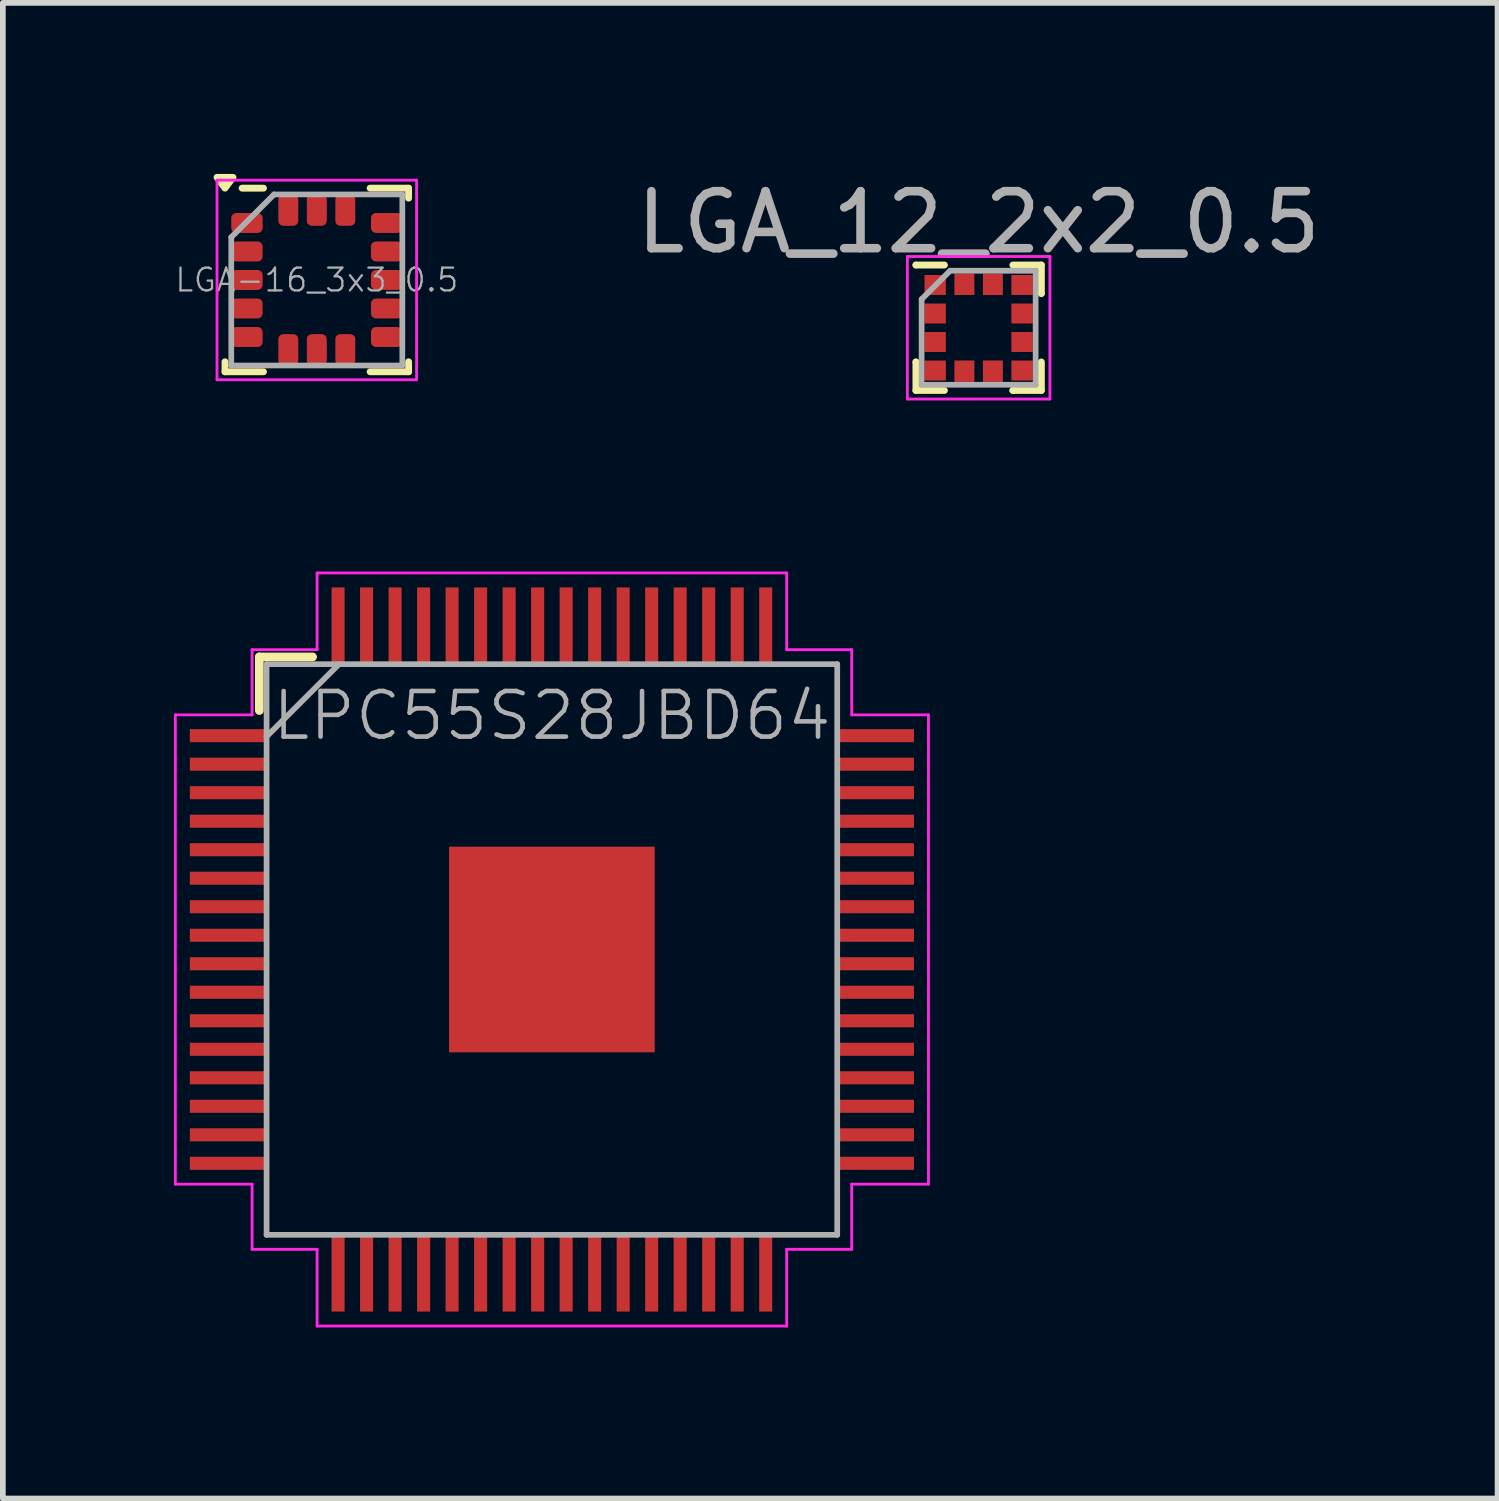
<source format=kicad_pcb>
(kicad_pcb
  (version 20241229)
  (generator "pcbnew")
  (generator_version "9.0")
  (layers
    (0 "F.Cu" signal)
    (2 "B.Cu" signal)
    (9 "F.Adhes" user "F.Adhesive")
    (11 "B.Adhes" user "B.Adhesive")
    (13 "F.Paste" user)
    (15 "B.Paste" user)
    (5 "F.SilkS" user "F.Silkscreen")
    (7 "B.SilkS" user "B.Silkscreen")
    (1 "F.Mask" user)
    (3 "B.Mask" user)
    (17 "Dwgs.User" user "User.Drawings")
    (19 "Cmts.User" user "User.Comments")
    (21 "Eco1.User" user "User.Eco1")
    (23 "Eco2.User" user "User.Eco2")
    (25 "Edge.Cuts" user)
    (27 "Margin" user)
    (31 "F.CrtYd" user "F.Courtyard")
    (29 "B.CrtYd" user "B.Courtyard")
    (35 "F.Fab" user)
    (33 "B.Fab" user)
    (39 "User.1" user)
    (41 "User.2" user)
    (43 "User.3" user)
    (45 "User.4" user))
  (footprint "LGA_12_2x2_0.5"
    (layer "F.Cu")
    (at 14.113 2.698)
    (property "Reference" "LGA_12_2x2_0.5" (at 0 -1.85 0) (layer "F.Fab") (effects (font (size 1 1) (thickness 0.15))))
    (attr smd)
    (fp_line (start -1.1 -1.1) (end -1.1 -1.1) (stroke (width 0.12) (type solid)) (layer "F.SilkS"))
    (fp_line (start -1.1 0.6) (end -1.1 0.6) (stroke (width 0.12) (type solid)) (layer "F.SilkS"))
    (fp_line (start -1.1 1.1) (end -1.1 0.6) (stroke (width 0.12) (type solid)) (layer "F.SilkS"))
    (fp_line (start -0.6 -1.1) (end -1.1 -1.1) (stroke (width 0.12) (type solid)) (layer "F.SilkS"))
    (fp_line (start -0.6 1.1) (end -1.1 1.1) (stroke (width 0.12) (type solid)) (layer "F.SilkS"))
    (fp_line (start 0.6 -1.1) (end 1.1 -1.1) (stroke (width 0.12) (type solid)) (layer "F.SilkS"))
    (fp_line (start 0.6 1.1) (end 0.6 1.1) (stroke (width 0.12) (type solid)) (layer "F.SilkS"))
    (fp_line (start 1.1 -1.1) (end 1.1 -0.6) (stroke (width 0.12) (type solid)) (layer "F.SilkS"))
    (fp_line (start 1.1 -0.6) (end 1.1 -0.6) (stroke (width 0.12) (type solid)) (layer "F.SilkS"))
    (fp_line (start 1.1 0.6) (end 1.1 1.1) (stroke (width 0.12) (type solid)) (layer "F.SilkS"))
    (fp_line (start 1.1 1.1) (end 0.6 1.1) (stroke (width 0.12) (type solid)) (layer "F.SilkS"))
    (fp_line (start -1.25 -1.25) (end 1.25 -1.25) (stroke (width 0.05) (type solid)) (layer "F.CrtYd"))
    (fp_line (start -1.25 1.25) (end -1.25 -1.25) (stroke (width 0.05) (type solid)) (layer "F.CrtYd"))
    (fp_line (start 1.25 -1.25) (end 1.25 1.25) (stroke (width 0.05) (type solid)) (layer "F.CrtYd"))
    (fp_line (start 1.25 1.25) (end -1.25 1.25) (stroke (width 0.05) (type solid)) (layer "F.CrtYd"))
    (fp_line (start -1 -0.5) (end -0.5 -1) (stroke (width 0.1) (type solid)) (layer "F.Fab"))
    (fp_line (start -1 1) (end -1 -0.5) (stroke (width 0.1) (type solid)) (layer "F.Fab"))
    (fp_line (start -0.5 -1) (end 1 -1) (stroke (width 0.1) (type solid)) (layer "F.Fab"))
    (fp_line (start 1 -1) (end 1 1) (stroke (width 0.1) (type solid)) (layer "F.Fab"))
    (fp_line (start 1 1) (end -1 1) (stroke (width 0.1) (type solid)) (layer "F.Fab"))
    (pad "1" smd rect (at -0.762 -0.75) (size 0.375 0.35) (layers "F.Cu" "F.Mask" "F.Paste"))
    (pad "2" smd rect (at -0.762 -0.25) (size 0.375 0.35) (layers "F.Cu" "F.Mask" "F.Paste"))
    (pad "3" smd rect (at -0.762 0.25) (size 0.375 0.35) (layers "F.Cu" "F.Mask" "F.Paste"))
    (pad "4" smd rect (at -0.762 0.75) (size 0.375 0.35) (layers "F.Cu" "F.Mask" "F.Paste"))
    (pad "5" smd rect (at -0.25 0.762 90) (size 0.375 0.35) (layers "F.Cu" "F.Mask" "F.Paste"))
    (pad "6" smd rect (at 0.25 0.762 90) (size 0.375 0.35) (layers "F.Cu" "F.Mask" "F.Paste"))
    (pad "7" smd rect (at 0.762 0.75) (size 0.375 0.35) (layers "F.Cu" "F.Mask" "F.Paste"))
    (pad "8" smd rect (at 0.762 0.25) (size 0.375 0.35) (layers "F.Cu" "F.Mask" "F.Paste"))
    (pad "9" smd rect (at 0.762 -0.25) (size 0.375 0.35) (layers "F.Cu" "F.Mask" "F.Paste"))
    (pad "10" smd rect (at 0.762 -0.75) (size 0.375 0.35) (layers "F.Cu" "F.Mask" "F.Paste"))
    (pad "11" smd rect (at 0.25 -0.762 90) (size 0.375 0.35) (layers "F.Cu" "F.Mask" "F.Paste"))
    (pad "12" smd rect (at -0.25 -0.762 90) (size 0.375 0.35) (layers "F.Cu" "F.Mask" "F.Paste")))
  (footprint "LGA-16_3x3_0.5"
    (layer "F.Cu")
    (at 2.506 1.86)
    (property "Reference" "LGA-16_3x3_0.5" (at 0 0 0) (layer "F.Fab") (effects (font (size 0.4 0.4) (thickness 0.04))))
    (attr smd)
    (fp_line (start -1.61 1.61) (end -1.61 1.435) (stroke (width 0.12) (type solid)) (layer "F.SilkS"))
    (fp_line (start -0.935 -1.61) (end -1.31 -1.61) (stroke (width 0.12) (type solid)) (layer "F.SilkS"))
    (fp_line (start -0.935 1.61) (end -1.61 1.61) (stroke (width 0.12) (type solid)) (layer "F.SilkS"))
    (fp_line (start 0.935 -1.61) (end 1.61 -1.61) (stroke (width 0.12) (type solid)) (layer "F.SilkS"))
    (fp_line (start 0.935 1.61) (end 1.61 1.61) (stroke (width 0.12) (type solid)) (layer "F.SilkS"))
    (fp_line (start 1.61 -1.61) (end 1.61 -1.435) (stroke (width 0.12) (type solid)) (layer "F.SilkS"))
    (fp_line (start 1.61 1.61) (end 1.61 1.435) (stroke (width 0.12) (type solid)) (layer "F.SilkS"))
    (fp_poly (pts (xy -1.61 -1.61) (xy -1.75 -1.8) (xy -1.47 -1.8) (xy -1.61 -1.61)) (stroke (width 0.12) (type solid)) (fill yes) (layer "F.SilkS"))
    (fp_line (start -1.75 -1.75) (end -1.75 1.75) (stroke (width 0.05) (type solid)) (layer "F.CrtYd"))
    (fp_line (start -1.75 1.75) (end 1.75 1.75) (stroke (width 0.05) (type solid)) (layer "F.CrtYd"))
    (fp_line (start 1.75 -1.75) (end -1.75 -1.75) (stroke (width 0.05) (type solid)) (layer "F.CrtYd"))
    (fp_line (start 1.75 1.75) (end 1.75 -1.75) (stroke (width 0.05) (type solid)) (layer "F.CrtYd"))
    (fp_line (start -1.5 -0.75) (end -0.75 -1.5) (stroke (width 0.1) (type solid)) (layer "F.Fab"))
    (fp_line (start -1.5 1.5) (end -1.5 -0.75) (stroke (width 0.1) (type solid)) (layer "F.Fab"))
    (fp_line (start -0.75 -1.5) (end 1.5 -1.5) (stroke (width 0.1) (type solid)) (layer "F.Fab"))
    (fp_line (start 1.5 -1.5) (end 1.5 1.5) (stroke (width 0.1) (type solid)) (layer "F.Fab"))
    (fp_line (start 1.5 1.5) (end -1.5 1.5) (stroke (width 0.1) (type solid)) (layer "F.Fab"))
    (pad "1" smd roundrect (at -1.225 -1) (size 0.55 0.35) (layers "F.Cu" "F.Mask" "F.Paste") (roundrect_rratio 0.25))
    (pad "2" smd roundrect (at -1.225 -0.5) (size 0.55 0.35) (layers "F.Cu" "F.Mask" "F.Paste") (roundrect_rratio 0.25))
    (pad "3" smd roundrect (at -1.225 0) (size 0.55 0.35) (layers "F.Cu" "F.Mask" "F.Paste") (roundrect_rratio 0.25))
    (pad "4" smd roundrect (at -1.225 0.5) (size 0.55 0.35) (layers "F.Cu" "F.Mask" "F.Paste") (roundrect_rratio 0.25))
    (pad "5" smd roundrect (at -1.225 1) (size 0.55 0.35) (layers "F.Cu" "F.Mask" "F.Paste") (roundrect_rratio 0.25))
    (pad "6" smd roundrect (at -0.5 1.225) (size 0.35 0.55) (layers "F.Cu" "F.Mask" "F.Paste") (roundrect_rratio 0.25))
    (pad "7" smd roundrect (at 0 1.225) (size 0.35 0.55) (layers "F.Cu" "F.Mask" "F.Paste") (roundrect_rratio 0.25))
    (pad "8" smd roundrect (at 0.5 1.225) (size 0.35 0.55) (layers "F.Cu" "F.Mask" "F.Paste") (roundrect_rratio 0.25))
    (pad "9" smd roundrect (at 1.225 1) (size 0.55 0.35) (layers "F.Cu" "F.Mask" "F.Paste") (roundrect_rratio 0.25))
    (pad "10" smd roundrect (at 1.225 0.5) (size 0.55 0.35) (layers "F.Cu" "F.Mask" "F.Paste") (roundrect_rratio 0.25))
    (pad "11" smd roundrect (at 1.225 0) (size 0.55 0.35) (layers "F.Cu" "F.Mask" "F.Paste") (roundrect_rratio 0.25))
    (pad "12" smd roundrect (at 1.225 -0.5) (size 0.55 0.35) (layers "F.Cu" "F.Mask" "F.Paste") (roundrect_rratio 0.25))
    (pad "13" smd roundrect (at 1.225 -1) (size 0.55 0.35) (layers "F.Cu" "F.Mask" "F.Paste") (roundrect_rratio 0.25))
    (pad "14" smd roundrect (at 0.5 -1.225) (size 0.35 0.55) (layers "F.Cu" "F.Mask" "F.Paste") (roundrect_rratio 0.25))
    (pad "15" smd roundrect (at 0 -1.225) (size 0.35 0.55) (layers "F.Cu" "F.Mask" "F.Paste") (roundrect_rratio 0.25))
    (pad "16" smd roundrect (at -0.5 -1.225) (size 0.35 0.55) (layers "F.Cu" "F.Mask" "F.Paste") (roundrect_rratio 0.25)))
  (footprint "LPC55S28JBD64"
    (layer "F.Cu")
    (at 6.629 13.602)
    (property "Reference" "LPC55S28JBD64" (at 0 -4.1 0) (layer "F.Fab") (effects (font (size 0.8 0.8) (thickness 0.08))))
    (attr smd)
    (fp_line (start -5.131 -5.131) (end -5.131 -4.191) (stroke (width 0.152) (type solid)) (layer "F.SilkS"))
    (fp_line (start -4.197 -5.131) (end -5.131 -5.131) (stroke (width 0.152) (type solid)) (layer "F.SilkS"))
    (fp_line (start -1.703 -1.702) (end -1.703 -0.076) (stroke (width 0.152) (type solid)) (layer "F.Paste"))
    (fp_line (start -1.703 -0.076) (end -0.1 -0.076) (stroke (width 0.152) (type solid)) (layer "F.Paste"))
    (fp_line (start -1.703 0.076) (end -1.703 1.702) (stroke (width 0.152) (type solid)) (layer "F.Paste"))
    (fp_line (start -1.703 1.702) (end -0.1 1.702) (stroke (width 0.152) (type solid)) (layer "F.Paste"))
    (fp_line (start -0.1 -1.702) (end -1.703 -1.702) (stroke (width 0.152) (type solid)) (layer "F.Paste"))
    (fp_line (start -0.1 -0.076) (end -0.1 -1.702) (stroke (width 0.152) (type solid)) (layer "F.Paste"))
    (fp_line (start -0.1 0.076) (end -1.703 0.076) (stroke (width 0.152) (type solid)) (layer "F.Paste"))
    (fp_line (start -0.1 1.702) (end -0.1 0.076) (stroke (width 0.152) (type solid)) (layer "F.Paste"))
    (fp_line (start 0.1 -1.702) (end 0.1 -0.076) (stroke (width 0.152) (type solid)) (layer "F.Paste"))
    (fp_line (start 0.1 -0.076) (end 1.703 -0.076) (stroke (width 0.152) (type solid)) (layer "F.Paste"))
    (fp_line (start 0.1 0.076) (end 0.1 1.702) (stroke (width 0.152) (type solid)) (layer "F.Paste"))
    (fp_line (start 0.1 1.702) (end 1.703 1.702) (stroke (width 0.152) (type solid)) (layer "F.Paste"))
    (fp_line (start 1.703 -1.702) (end 0.1 -1.702) (stroke (width 0.152) (type solid)) (layer "F.Paste"))
    (fp_line (start 1.703 -0.076) (end 1.703 -1.702) (stroke (width 0.152) (type solid)) (layer "F.Paste"))
    (fp_line (start 1.703 0.076) (end 0.1 0.076) (stroke (width 0.152) (type solid)) (layer "F.Paste"))
    (fp_line (start 1.703 1.702) (end 1.703 0.076) (stroke (width 0.152) (type solid)) (layer "F.Paste"))
    (fp_line (start -6.604 -4.115) (end -5.258 -4.115) (stroke (width 0.05) (type solid)) (layer "F.CrtYd"))
    (fp_line (start -6.604 4.115) (end -6.604 -4.115) (stroke (width 0.05) (type solid)) (layer "F.CrtYd"))
    (fp_line (start -5.258 -5.258) (end -4.118 -5.258) (stroke (width 0.05) (type solid)) (layer "F.CrtYd"))
    (fp_line (start -5.258 -4.115) (end -5.258 -5.258) (stroke (width 0.05) (type solid)) (layer "F.CrtYd"))
    (fp_line (start -5.258 4.115) (end -6.604 4.115) (stroke (width 0.05) (type solid)) (layer "F.CrtYd"))
    (fp_line (start -5.258 5.258) (end -5.258 4.115) (stroke (width 0.05) (type solid)) (layer "F.CrtYd"))
    (fp_line (start -4.118 -6.604) (end 4.118 -6.604) (stroke (width 0.05) (type solid)) (layer "F.CrtYd"))
    (fp_line (start -4.118 -5.258) (end -4.118 -6.604) (stroke (width 0.05) (type solid)) (layer "F.CrtYd"))
    (fp_line (start -4.118 5.258) (end -5.258 5.258) (stroke (width 0.05) (type solid)) (layer "F.CrtYd"))
    (fp_line (start -4.118 6.604) (end -4.118 5.258) (stroke (width 0.05) (type solid)) (layer "F.CrtYd"))
    (fp_line (start 4.118 -6.604) (end 4.118 -5.258) (stroke (width 0.05) (type solid)) (layer "F.CrtYd"))
    (fp_line (start 4.118 -5.258) (end 5.258 -5.258) (stroke (width 0.05) (type solid)) (layer "F.CrtYd"))
    (fp_line (start 4.118 5.258) (end 4.118 6.604) (stroke (width 0.05) (type solid)) (layer "F.CrtYd"))
    (fp_line (start 4.118 6.604) (end -4.118 6.604) (stroke (width 0.05) (type solid)) (layer "F.CrtYd"))
    (fp_line (start 5.258 -5.258) (end 5.258 -4.115) (stroke (width 0.05) (type solid)) (layer "F.CrtYd"))
    (fp_line (start 5.258 -4.115) (end 6.604 -4.115) (stroke (width 0.05) (type solid)) (layer "F.CrtYd"))
    (fp_line (start 5.258 4.115) (end 5.258 5.258) (stroke (width 0.05) (type solid)) (layer "F.CrtYd"))
    (fp_line (start 5.258 5.258) (end 4.118 5.258) (stroke (width 0.05) (type solid)) (layer "F.CrtYd"))
    (fp_line (start 6.604 -4.115) (end 6.604 4.115) (stroke (width 0.05) (type solid)) (layer "F.CrtYd"))
    (fp_line (start 6.604 4.115) (end 5.258 4.115) (stroke (width 0.05) (type solid)) (layer "F.CrtYd"))
    (fp_line (start -5.004 -5.004) (end -5.004 5.004) (stroke (width 0.1) (type solid)) (layer "F.Fab"))
    (fp_line (start -5.004 -3.734) (end -3.734 -5.004) (stroke (width 0.1) (type solid)) (layer "F.Fab"))
    (fp_line (start -5.004 5.004) (end 5.004 5.004) (stroke (width 0.1) (type solid)) (layer "F.Fab"))
    (fp_line (start 5.004 -5.004) (end -5.004 -5.004) (stroke (width 0.1) (type solid)) (layer "F.Fab"))
    (fp_line (start 5.004 5.004) (end 5.004 -5.004) (stroke (width 0.1) (type solid)) (layer "F.Fab"))
    (pad "1" smd rect (at -5.677 -3.75 90) (size 0.229 1.346) (layers "F.Cu" "F.Mask" "F.Paste"))
    (pad "2" smd rect (at -5.677 -3.25 90) (size 0.229 1.346) (layers "F.Cu" "F.Mask" "F.Paste"))
    (pad "3" smd rect (at -5.677 -2.75 90) (size 0.229 1.346) (layers "F.Cu" "F.Mask" "F.Paste"))
    (pad "4" smd rect (at -5.677 -2.25 90) (size 0.229 1.346) (layers "F.Cu" "F.Mask" "F.Paste"))
    (pad "5" smd rect (at -5.677 -1.75 90) (size 0.229 1.346) (layers "F.Cu" "F.Mask" "F.Paste"))
    (pad "6" smd rect (at -5.677 -1.25 90) (size 0.229 1.346) (layers "F.Cu" "F.Mask" "F.Paste"))
    (pad "7" smd rect (at -5.677 -0.75 90) (size 0.229 1.346) (layers "F.Cu" "F.Mask" "F.Paste"))
    (pad "8" smd rect (at -5.677 -0.25 90) (size 0.229 1.346) (layers "F.Cu" "F.Mask" "F.Paste"))
    (pad "9" smd rect (at -5.677 0.25 90) (size 0.229 1.346) (layers "F.Cu" "F.Mask" "F.Paste"))
    (pad "10" smd rect (at -5.677 0.75 90) (size 0.229 1.346) (layers "F.Cu" "F.Mask" "F.Paste"))
    (pad "11" smd rect (at -5.677 1.25 90) (size 0.229 1.346) (layers "F.Cu" "F.Mask" "F.Paste"))
    (pad "12" smd rect (at -5.677 1.75 90) (size 0.229 1.346) (layers "F.Cu" "F.Mask" "F.Paste"))
    (pad "13" smd rect (at -5.677 2.25 90) (size 0.229 1.346) (layers "F.Cu" "F.Mask" "F.Paste"))
    (pad "14" smd rect (at -5.677 2.75 90) (size 0.229 1.346) (layers "F.Cu" "F.Mask" "F.Paste"))
    (pad "15" smd rect (at -5.677 3.25 90) (size 0.229 1.346) (layers "F.Cu" "F.Mask" "F.Paste"))
    (pad "16" smd rect (at -5.677 3.75 90) (size 0.229 1.346) (layers "F.Cu" "F.Mask" "F.Paste"))
    (pad "17" smd rect (at -3.75 5.677) (size 0.229 1.346) (layers "F.Cu" "F.Mask" "F.Paste"))
    (pad "18" smd rect (at -3.25 5.677) (size 0.229 1.346) (layers "F.Cu" "F.Mask" "F.Paste"))
    (pad "19" smd rect (at -2.75 5.677) (size 0.229 1.346) (layers "F.Cu" "F.Mask" "F.Paste"))
    (pad "20" smd rect (at -2.25 5.677) (size 0.229 1.346) (layers "F.Cu" "F.Mask" "F.Paste"))
    (pad "21" smd rect (at -1.75 5.677) (size 0.229 1.346) (layers "F.Cu" "F.Mask" "F.Paste"))
    (pad "22" smd rect (at -1.25 5.677) (size 0.229 1.346) (layers "F.Cu" "F.Mask" "F.Paste"))
    (pad "23" smd rect (at -0.75 5.677) (size 0.229 1.346) (layers "F.Cu" "F.Mask" "F.Paste"))
    (pad "24" smd rect (at -0.25 5.677) (size 0.229 1.346) (layers "F.Cu" "F.Mask" "F.Paste"))
    (pad "25" smd rect (at 0.25 5.677) (size 0.229 1.346) (layers "F.Cu" "F.Mask" "F.Paste"))
    (pad "26" smd rect (at 0.75 5.677) (size 0.229 1.346) (layers "F.Cu" "F.Mask" "F.Paste"))
    (pad "27" smd rect (at 1.25 5.677) (size 0.229 1.346) (layers "F.Cu" "F.Mask" "F.Paste"))
    (pad "28" smd rect (at 1.75 5.677) (size 0.229 1.346) (layers "F.Cu" "F.Mask" "F.Paste"))
    (pad "29" smd rect (at 2.25 5.677) (size 0.229 1.346) (layers "F.Cu" "F.Mask" "F.Paste"))
    (pad "30" smd rect (at 2.75 5.677) (size 0.229 1.346) (layers "F.Cu" "F.Mask" "F.Paste"))
    (pad "31" smd rect (at 3.25 5.677) (size 0.229 1.346) (layers "F.Cu" "F.Mask" "F.Paste"))
    (pad "32" smd rect (at 3.75 5.677) (size 0.229 1.346) (layers "F.Cu" "F.Mask" "F.Paste"))
    (pad "33" smd rect (at 5.677 3.75 90) (size 0.229 1.346) (layers "F.Cu" "F.Mask" "F.Paste"))
    (pad "34" smd rect (at 5.677 3.25 90) (size 0.229 1.346) (layers "F.Cu" "F.Mask" "F.Paste"))
    (pad "35" smd rect (at 5.677 2.75 90) (size 0.229 1.346) (layers "F.Cu" "F.Mask" "F.Paste"))
    (pad "36" smd rect (at 5.677 2.25 90) (size 0.229 1.346) (layers "F.Cu" "F.Mask" "F.Paste"))
    (pad "37" smd rect (at 5.677 1.75 90) (size 0.229 1.346) (layers "F.Cu" "F.Mask" "F.Paste"))
    (pad "38" smd rect (at 5.677 1.25 90) (size 0.229 1.346) (layers "F.Cu" "F.Mask" "F.Paste"))
    (pad "39" smd rect (at 5.677 0.75 90) (size 0.229 1.346) (layers "F.Cu" "F.Mask" "F.Paste"))
    (pad "40" smd rect (at 5.677 0.25 90) (size 0.229 1.346) (layers "F.Cu" "F.Mask" "F.Paste"))
    (pad "41" smd rect (at 5.677 -0.25 90) (size 0.229 1.346) (layers "F.Cu" "F.Mask" "F.Paste"))
    (pad "42" smd rect (at 5.677 -0.75 90) (size 0.229 1.346) (layers "F.Cu" "F.Mask" "F.Paste"))
    (pad "43" smd rect (at 5.677 -1.25 90) (size 0.229 1.346) (layers "F.Cu" "F.Mask" "F.Paste"))
    (pad "44" smd rect (at 5.677 -1.75 90) (size 0.229 1.346) (layers "F.Cu" "F.Mask" "F.Paste"))
    (pad "45" smd rect (at 5.677 -2.25 90) (size 0.229 1.346) (layers "F.Cu" "F.Mask" "F.Paste"))
    (pad "46" smd rect (at 5.677 -2.75 90) (size 0.229 1.346) (layers "F.Cu" "F.Mask" "F.Paste"))
    (pad "47" smd rect (at 5.677 -3.25 90) (size 0.229 1.346) (layers "F.Cu" "F.Mask" "F.Paste"))
    (pad "48" smd rect (at 5.677 -3.75 90) (size 0.229 1.346) (layers "F.Cu" "F.Mask" "F.Paste"))
    (pad "49" smd rect (at 3.75 -5.677) (size 0.229 1.346) (layers "F.Cu" "F.Mask" "F.Paste"))
    (pad "50" smd rect (at 3.25 -5.677) (size 0.229 1.346) (layers "F.Cu" "F.Mask" "F.Paste"))
    (pad "51" smd rect (at 2.75 -5.677) (size 0.229 1.346) (layers "F.Cu" "F.Mask" "F.Paste"))
    (pad "52" smd rect (at 2.25 -5.677) (size 0.229 1.346) (layers "F.Cu" "F.Mask" "F.Paste"))
    (pad "53" smd rect (at 1.75 -5.677) (size 0.229 1.346) (layers "F.Cu" "F.Mask" "F.Paste"))
    (pad "54" smd rect (at 1.25 -5.677) (size 0.229 1.346) (layers "F.Cu" "F.Mask" "F.Paste"))
    (pad "55" smd rect (at 0.75 -5.677) (size 0.229 1.346) (layers "F.Cu" "F.Mask" "F.Paste"))
    (pad "56" smd rect (at 0.25 -5.677) (size 0.229 1.346) (layers "F.Cu" "F.Mask" "F.Paste"))
    (pad "57" smd rect (at -0.25 -5.677) (size 0.229 1.346) (layers "F.Cu" "F.Mask" "F.Paste"))
    (pad "58" smd rect (at -0.75 -5.677) (size 0.229 1.346) (layers "F.Cu" "F.Mask" "F.Paste"))
    (pad "59" smd rect (at -1.25 -5.677) (size 0.229 1.346) (layers "F.Cu" "F.Mask" "F.Paste"))
    (pad "60" smd rect (at -1.75 -5.677) (size 0.229 1.346) (layers "F.Cu" "F.Mask" "F.Paste"))
    (pad "61" smd rect (at -2.25 -5.677) (size 0.229 1.346) (layers "F.Cu" "F.Mask" "F.Paste"))
    (pad "62" smd rect (at -2.75 -5.677) (size 0.229 1.346) (layers "F.Cu" "F.Mask" "F.Paste"))
    (pad "63" smd rect (at -3.25 -5.677) (size 0.229 1.346) (layers "F.Cu" "F.Mask" "F.Paste"))
    (pad "64" smd rect (at -3.75 -5.677) (size 0.229 1.346) (layers "F.Cu" "F.Mask" "F.Paste"))
    (pad "EPAD" smd rect (at 0 0) (size 3.607 3.607) (layers "F.Cu" "F.Mask" "F.Paste")))
  (gr_rect
    (start -3 -3)
    (end 23.214 23.231)
    (stroke (width 0.1) (type default))
    (fill no)
    (layer "Edge.Cuts")))
</source>
